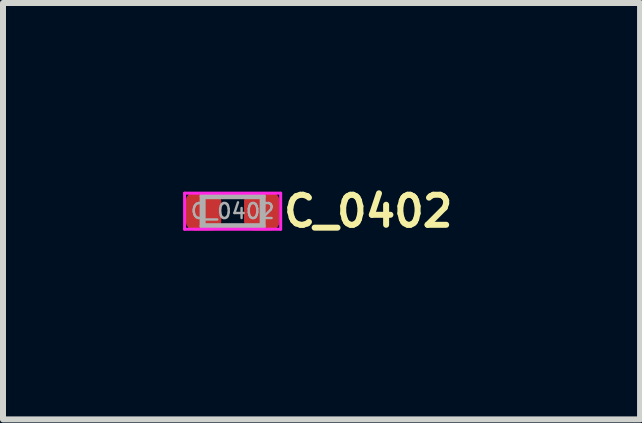
<source format=kicad_pcb>
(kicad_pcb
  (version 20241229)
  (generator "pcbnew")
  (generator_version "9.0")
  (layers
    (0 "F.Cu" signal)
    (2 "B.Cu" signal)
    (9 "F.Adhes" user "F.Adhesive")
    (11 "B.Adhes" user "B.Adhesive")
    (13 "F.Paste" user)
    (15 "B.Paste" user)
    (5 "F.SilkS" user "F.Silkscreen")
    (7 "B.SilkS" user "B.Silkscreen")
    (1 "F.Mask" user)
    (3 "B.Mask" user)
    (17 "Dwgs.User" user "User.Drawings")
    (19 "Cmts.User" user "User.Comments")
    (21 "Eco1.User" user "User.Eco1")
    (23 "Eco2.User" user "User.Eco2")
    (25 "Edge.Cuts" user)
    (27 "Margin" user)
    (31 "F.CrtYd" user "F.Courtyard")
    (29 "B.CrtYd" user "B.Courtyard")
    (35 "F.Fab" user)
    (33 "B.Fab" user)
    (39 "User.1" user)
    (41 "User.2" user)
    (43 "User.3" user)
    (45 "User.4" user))
  (footprint "C_0402"
    (layer "F.Cu")
    (at 0.825 0.468)
    (property "Reference" "C_0402" (at 0.8 0 0) (layer "F.SilkS") (effects (font (size 0.5 0.5) (thickness 0.1)) (justify left)))
    (attr smd)
    (fp_line (start -0.8 -0.3) (end 0.8 -0.3) (stroke (width 0.05) (type solid)) (layer "F.CrtYd"))
    (fp_line (start -0.8 0.3) (end -0.8 -0.3) (stroke (width 0.05) (type solid)) (layer "F.CrtYd"))
    (fp_line (start 0.8 -0.3) (end 0.8 0.3) (stroke (width 0.05) (type solid)) (layer "F.CrtYd"))
    (fp_line (start 0.8 0.3) (end -0.8 0.3) (stroke (width 0.05) (type solid)) (layer "F.CrtYd"))
    (fp_line (start -0.5 -0.25) (end 0.5 -0.25) (stroke (width 0.1) (type solid)) (layer "F.Fab"))
    (fp_line (start -0.5 0.25) (end -0.5 -0.25) (stroke (width 0.1) (type solid)) (layer "F.Fab"))
    (fp_line (start 0.5 -0.25) (end 0.5 0.25) (stroke (width 0.1) (type solid)) (layer "F.Fab"))
    (fp_line (start 0.5 0.25) (end -0.5 0.25) (stroke (width 0.1) (type solid)) (layer "F.Fab"))
    (fp_text user "${REFERENCE}" (at 0 0 0) (layer "F.Fab") (effects (font (size 0.25 0.25) (thickness 0.04))))
    (pad "1" smd roundrect (at -0.485 0) (size 0.59 0.64) (layers "F.Cu" "F.Mask" "F.Paste") (roundrect_rratio 0.25))
    (pad "2" smd roundrect (at 0.485 0) (size 0.59 0.64) (layers "F.Cu" "F.Mask" "F.Paste") (roundrect_rratio 0.25)))
  (gr_rect
    (start -3 -3)
    (end 7.611 3.936)
    (stroke (width 0.1) (type default))
    (fill no)
    (layer "Edge.Cuts")))
</source>
